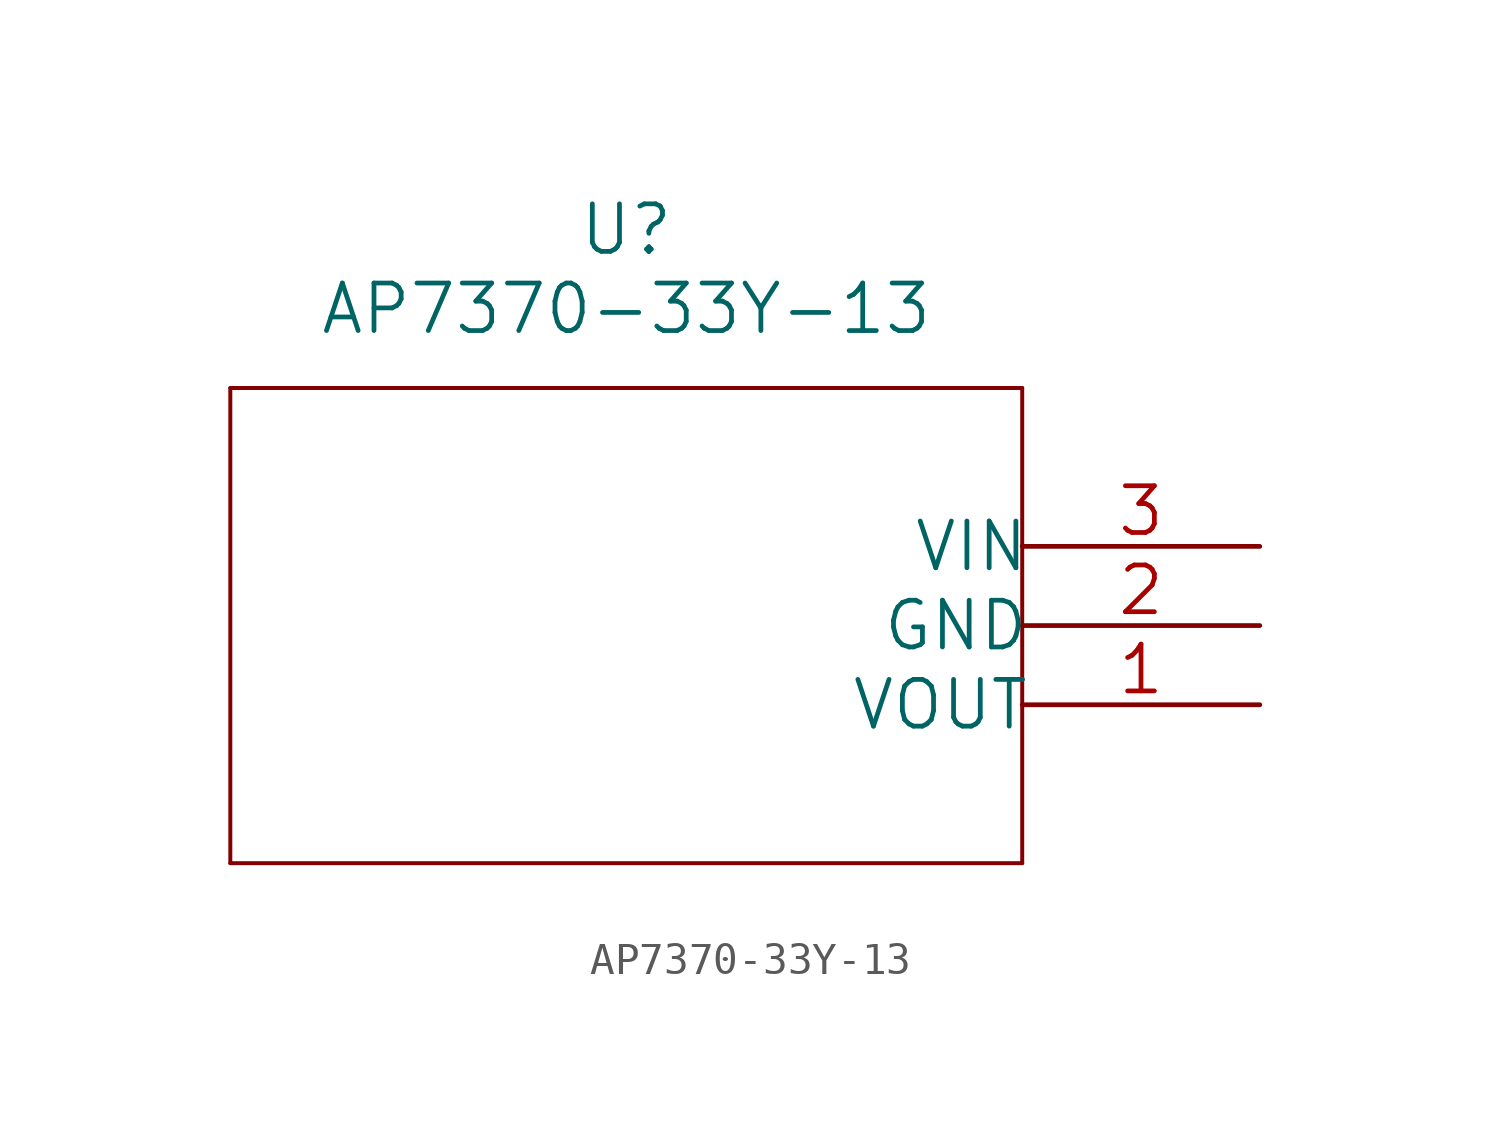
<source format=kicad_sym>
(kicad_symbol_lib
  (version 20211014)
  (generator kicad_symbol_editor)
  (symbol "AP7370-33Y-13"
    (pin_names
      (offset -0.254))
    (property "Reference" "U"
      (at -20.32 10.16 0)
      (effects (font (size 1.524 1.524))))
    (property "Value" "AP7370-33Y-13"
      (at -20.32 7.62 0)
      (effects (font (size 1.524 1.524))))
    (property "Datasheet" ""
      (at 0 0 0)
      (effects (font (size 1.524 1.524))))
    (property "ki_locked" ""
      (at 0 0 0)
      (effects (font (size 1.27 1.27))))
    (symbol "AP7370-33Y-13_1_1"
      (polyline (pts (xy -33.02 -10.16) (xy -7.62 -10.16)) (stroke (width 0.127) (type default) (color 0 0 0 0)) (fill (type none)))
      (polyline (pts (xy -33.02 5.08) (xy -33.02 -10.16)) (stroke (width 0.127) (type default) (color 0 0 0 0)) (fill (type none)))
      (polyline (pts (xy -7.62 -10.16) (xy -7.62 5.08)) (stroke (width 0.127) (type default) (color 0 0 0 0)) (fill (type none)))
      (polyline (pts (xy -7.62 5.08) (xy -33.02 5.08)) (stroke (width 0.127) (type default) (color 0 0 0 0)) (fill (type none)))
      (pin output line (at 0 -5.08 180) (length 7.62) (name "VOUT" (effects (font (size 1.499 1.499)))) (number "1" (effects (font (size 1.499 1.499)))))
      (pin power_in line (at 0 -2.54 180) (length 7.62) (name "GND" (effects (font (size 1.499 1.499)))) (number "2" (effects (font (size 1.499 1.499)))))
      (pin input line (at 0 0 180) (length 7.62) (name "VIN" (effects (font (size 1.499 1.499)))) (number "3" (effects (font (size 1.499 1.499))))))))
</source>
